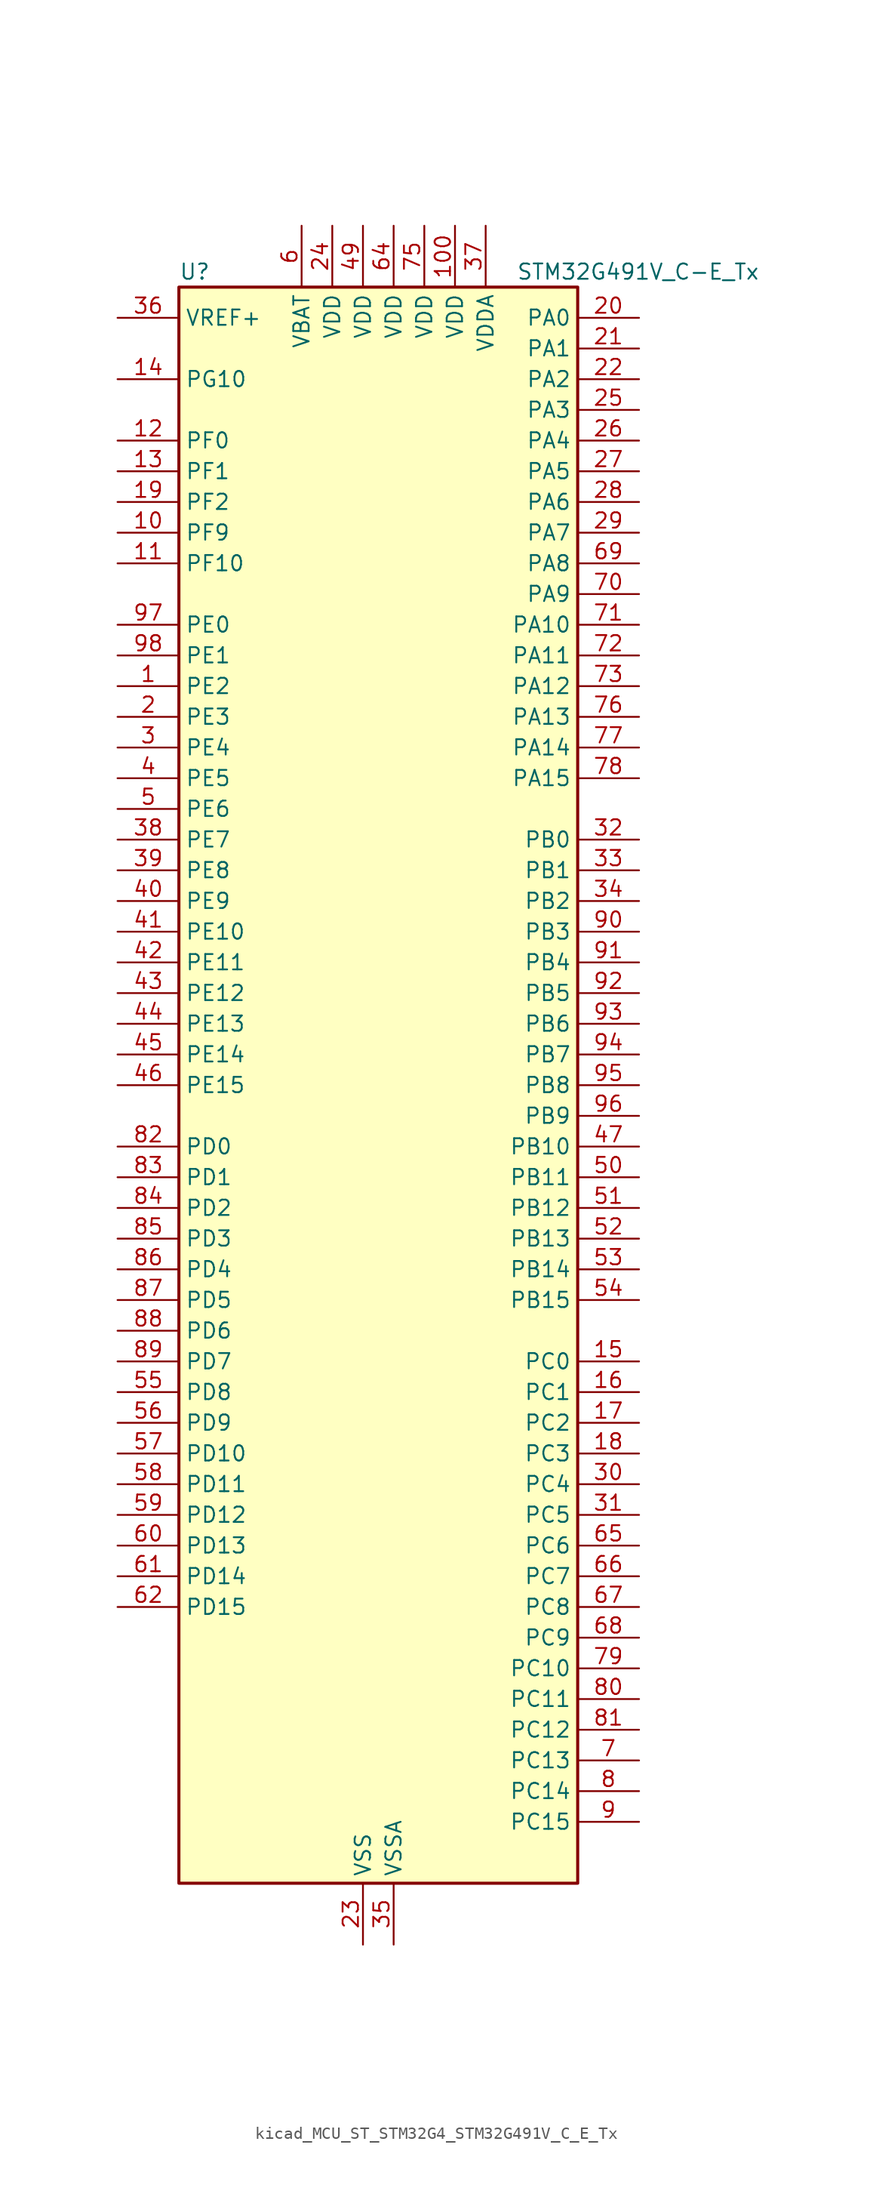
<source format=kicad_sym>
(kicad_symbol_lib
  (version 20220914)
  (generator kicad_symbol_editor)
  (symbol "kicad_MCU_ST_STM32G4_STM32G491V_C_E_Tx"
    (property "Reference" "U"
      (at -15.24 67.31 0)
      (effects (font (size 1.27 1.27)) (justify left)))
    (property "Value" "STM32G491V_C-E_Tx"
      (at 12.7 67.31 0)
      (effects (font (size 1.27 1.27)) (justify left)))
    (property "ki_locked" ""
      (at 0 0 0)
      (effects (font (size 1.27 1.27))))
    (symbol "kicad_MCU_ST_STM32G4_STM32G491V_C_E_Tx_0_1"
      (rectangle (start -15.24 -66.04) (end 17.78 66.04) (stroke (width 0.254) (type default)) (fill (type background))))
    (symbol "kicad_MCU_ST_STM32G4_STM32G491V_C_E_Tx_1_1"
      (pin bidirectional line (at -20.32 33.02 0) (length 5.08) (name "PE2" (effects (font (size 1.27 1.27)))) (number "1" (effects (font (size 1.27 1.27)))) (alternate "ADC3_EXTI2" bidirectional line) (alternate "SAI1_CK1" bidirectional line) (alternate "SAI1_MCLK_A" bidirectional line) (alternate "SYS_TRACECLK" bidirectional line) (alternate "TIM20_CH1" bidirectional line) (alternate "TIM3_CH1" bidirectional line))
      (pin bidirectional line (at -20.32 45.72 0) (length 5.08) (name "PF9" (effects (font (size 1.27 1.27)))) (number "10" (effects (font (size 1.27 1.27)))) (alternate "DAC1_EXTI9" bidirectional line) (alternate "DAC3_EXTI9" bidirectional line) (alternate "QUADSPI1_BK1_IO1" bidirectional line) (alternate "SAI1_FS_B" bidirectional line) (alternate "SPI2_SCK" bidirectional line) (alternate "TIM15_CH1" bidirectional line) (alternate "TIM20_BKIN" bidirectional line))
      (pin power_in line (at 7.62 71.12 270) (length 5.08) (name "VDD" (effects (font (size 1.27 1.27)))) (number "100" (effects (font (size 1.27 1.27)))))
      (pin bidirectional line (at -20.32 43.18 0) (length 5.08) (name "PF10" (effects (font (size 1.27 1.27)))) (number "11" (effects (font (size 1.27 1.27)))) (alternate "DAC1_EXTI10" bidirectional line) (alternate "DAC3_EXTI10" bidirectional line) (alternate "QUADSPI1_CLK" bidirectional line) (alternate "SAI1_D3" bidirectional line) (alternate "SPI2_SCK" bidirectional line) (alternate "TIM15_CH2" bidirectional line) (alternate "TIM20_BKIN2" bidirectional line))
      (pin bidirectional line (at -20.32 53.34 0) (length 5.08) (name "PF0" (effects (font (size 1.27 1.27)))) (number "12" (effects (font (size 1.27 1.27)))) (alternate "ADC1_IN10" bidirectional line) (alternate "I2C2_SDA" bidirectional line) (alternate "I2S2_WS" bidirectional line) (alternate "RCC_OSC_IN" bidirectional line) (alternate "SPI2_NSS" bidirectional line) (alternate "TIM1_CH3N" bidirectional line))
      (pin bidirectional line (at -20.32 50.8 0) (length 5.08) (name "PF1" (effects (font (size 1.27 1.27)))) (number "13" (effects (font (size 1.27 1.27)))) (alternate "ADC2_IN10" bidirectional line) (alternate "COMP3_INM" bidirectional line) (alternate "I2S2_CK" bidirectional line) (alternate "RCC_OSC_OUT" bidirectional line) (alternate "SPI2_SCK" bidirectional line))
      (pin bidirectional line (at -20.32 58.42 0) (length 5.08) (name "PG10" (effects (font (size 1.27 1.27)))) (number "14" (effects (font (size 1.27 1.27)))) (alternate "DAC1_EXTI10" bidirectional line) (alternate "DAC3_EXTI10" bidirectional line) (alternate "RCC_MCO" bidirectional line))
      (pin bidirectional line (at 22.86 -22.86 180) (length 5.08) (name "PC0" (effects (font (size 1.27 1.27)))) (number "15" (effects (font (size 1.27 1.27)))) (alternate "ADC1_IN6" bidirectional line) (alternate "ADC2_IN6" bidirectional line) (alternate "COMP3_INM" bidirectional line) (alternate "LPTIM1_IN1" bidirectional line) (alternate "LPUART1_RX" bidirectional line) (alternate "TIM1_CH1" bidirectional line))
      (pin bidirectional line (at 22.86 -25.4 180) (length 5.08) (name "PC1" (effects (font (size 1.27 1.27)))) (number "16" (effects (font (size 1.27 1.27)))) (alternate "ADC1_IN7" bidirectional line) (alternate "ADC2_IN7" bidirectional line) (alternate "COMP3_INP" bidirectional line) (alternate "LPTIM1_OUT" bidirectional line) (alternate "LPUART1_TX" bidirectional line) (alternate "QUADSPI1_BK2_IO0" bidirectional line) (alternate "SAI1_SD_A" bidirectional line) (alternate "TIM1_CH2" bidirectional line))
      (pin bidirectional line (at 22.86 -27.94 180) (length 5.08) (name "PC2" (effects (font (size 1.27 1.27)))) (number "17" (effects (font (size 1.27 1.27)))) (alternate "ADC1_IN8" bidirectional line) (alternate "ADC2_IN8" bidirectional line) (alternate "ADC3_EXTI2" bidirectional line) (alternate "COMP3_OUT" bidirectional line) (alternate "LPTIM1_IN2" bidirectional line) (alternate "QUADSPI1_BK2_IO1" bidirectional line) (alternate "TIM1_CH3" bidirectional line) (alternate "TIM20_CH2" bidirectional line))
      (pin bidirectional line (at 22.86 -30.48 180) (length 5.08) (name "PC3" (effects (font (size 1.27 1.27)))) (number "18" (effects (font (size 1.27 1.27)))) (alternate "ADC1_IN9" bidirectional line) (alternate "ADC2_IN9" bidirectional line) (alternate "ADC3_EXTI3" bidirectional line) (alternate "LPTIM1_ETR" bidirectional line) (alternate "QUADSPI1_BK2_IO2" bidirectional line) (alternate "SAI1_D1" bidirectional line) (alternate "SAI1_SD_A" bidirectional line) (alternate "TIM1_BKIN2" bidirectional line) (alternate "TIM1_CH4" bidirectional line))
      (pin bidirectional line (at -20.32 48.26 0) (length 5.08) (name "PF2" (effects (font (size 1.27 1.27)))) (number "19" (effects (font (size 1.27 1.27)))) (alternate "ADC3_EXTI2" bidirectional line) (alternate "I2C2_SMBA" bidirectional line) (alternate "TIM20_CH3" bidirectional line))
      (pin bidirectional line (at -20.32 30.48 0) (length 5.08) (name "PE3" (effects (font (size 1.27 1.27)))) (number "2" (effects (font (size 1.27 1.27)))) (alternate "ADC3_EXTI3" bidirectional line) (alternate "SAI1_SD_B" bidirectional line) (alternate "SYS_TRACED0" bidirectional line) (alternate "TIM20_CH2" bidirectional line) (alternate "TIM3_CH2" bidirectional line))
      (pin bidirectional line (at 22.86 63.5 180) (length 5.08) (name "PA0" (effects (font (size 1.27 1.27)))) (number "20" (effects (font (size 1.27 1.27)))) (alternate "ADC1_IN1" bidirectional line) (alternate "ADC2_IN1" bidirectional line) (alternate "COMP1_INM" bidirectional line) (alternate "COMP1_OUT" bidirectional line) (alternate "COMP3_INP" bidirectional line) (alternate "RTC_TAMP2" bidirectional line) (alternate "SYS_WKUP1" bidirectional line) (alternate "TIM2_CH1" bidirectional line) (alternate "TIM2_ETR" bidirectional line) (alternate "TIM8_BKIN" bidirectional line) (alternate "TIM8_ETR" bidirectional line) (alternate "USART2_CTS" bidirectional line) (alternate "USART2_NSS" bidirectional line))
      (pin bidirectional line (at 22.86 60.96 180) (length 5.08) (name "PA1" (effects (font (size 1.27 1.27)))) (number "21" (effects (font (size 1.27 1.27)))) (alternate "ADC1_IN2" bidirectional line) (alternate "ADC2_IN2" bidirectional line) (alternate "COMP1_INP" bidirectional line) (alternate "OPAMP1_VINP" bidirectional line) (alternate "OPAMP1_VINP_SEC" bidirectional line) (alternate "OPAMP3_VINP" bidirectional line) (alternate "OPAMP3_VINP_SEC" bidirectional line) (alternate "OPAMP6_VINM" bidirectional line) (alternate "OPAMP6_VINM0" bidirectional line) (alternate "OPAMP6_VINM_SEC" bidirectional line) (alternate "RTC_REFIN" bidirectional line) (alternate "TIM15_CH1N" bidirectional line) (alternate "TIM2_CH2" bidirectional line) (alternate "USART2_DE" bidirectional line) (alternate "USART2_RTS" bidirectional line))
      (pin bidirectional line (at 22.86 58.42 180) (length 5.08) (name "PA2" (effects (font (size 1.27 1.27)))) (number "22" (effects (font (size 1.27 1.27)))) (alternate "ADC1_IN3" bidirectional line) (alternate "ADC3_EXTI2" bidirectional line) (alternate "COMP2_INM" bidirectional line) (alternate "COMP2_OUT" bidirectional line) (alternate "LPUART1_TX" bidirectional line) (alternate "OPAMP1_VOUT" bidirectional line) (alternate "QUADSPI1_BK1_NCS" bidirectional line) (alternate "RCC_LSCO" bidirectional line) (alternate "SYS_WKUP4" bidirectional line) (alternate "TIM15_CH1" bidirectional line) (alternate "TIM2_CH3" bidirectional line) (alternate "UCPD1_FRSTX1" bidirectional line) (alternate "UCPD1_FRSTX2" bidirectional line) (alternate "USART2_TX" bidirectional line))
      (pin power_in line (at 0 -71.12 90) (length 5.08) (name "VSS" (effects (font (size 1.27 1.27)))) (number "23" (effects (font (size 1.27 1.27)))))
      (pin power_in line (at -2.54 71.12 270) (length 5.08) (name "VDD" (effects (font (size 1.27 1.27)))) (number "24" (effects (font (size 1.27 1.27)))))
      (pin bidirectional line (at 22.86 55.88 180) (length 5.08) (name "PA3" (effects (font (size 1.27 1.27)))) (number "25" (effects (font (size 1.27 1.27)))) (alternate "ADC1_IN4" bidirectional line) (alternate "ADC3_EXTI3" bidirectional line) (alternate "COMP2_INP" bidirectional line) (alternate "LPUART1_RX" bidirectional line) (alternate "OPAMP1_VINM" bidirectional line) (alternate "OPAMP1_VINM0" bidirectional line) (alternate "OPAMP1_VINM_SEC" bidirectional line) (alternate "OPAMP1_VINP" bidirectional line) (alternate "OPAMP1_VINP_SEC" bidirectional line) (alternate "QUADSPI1_CLK" bidirectional line) (alternate "SAI1_CK1" bidirectional line) (alternate "SAI1_MCLK_A" bidirectional line) (alternate "TIM15_CH2" bidirectional line) (alternate "TIM2_CH4" bidirectional line) (alternate "USART2_RX" bidirectional line))
      (pin bidirectional line (at 22.86 53.34 180) (length 5.08) (name "PA4" (effects (font (size 1.27 1.27)))) (number "26" (effects (font (size 1.27 1.27)))) (alternate "ADC2_IN17" bidirectional line) (alternate "COMP1_INM" bidirectional line) (alternate "DAC1_OUT1" bidirectional line) (alternate "I2S3_WS" bidirectional line) (alternate "SAI1_FS_B" bidirectional line) (alternate "SPI1_NSS" bidirectional line) (alternate "SPI3_NSS" bidirectional line) (alternate "TIM3_CH2" bidirectional line) (alternate "USART2_CK" bidirectional line))
      (pin bidirectional line (at 22.86 50.8 180) (length 5.08) (name "PA5" (effects (font (size 1.27 1.27)))) (number "27" (effects (font (size 1.27 1.27)))) (alternate "ADC2_IN13" bidirectional line) (alternate "COMP2_INM" bidirectional line) (alternate "DAC1_OUT2" bidirectional line) (alternate "OPAMP2_VINM" bidirectional line) (alternate "OPAMP2_VINM0" bidirectional line) (alternate "OPAMP2_VINM_SEC" bidirectional line) (alternate "SPI1_SCK" bidirectional line) (alternate "TIM2_CH1" bidirectional line) (alternate "TIM2_ETR" bidirectional line) (alternate "UCPD1_FRSTX1" bidirectional line) (alternate "UCPD1_FRSTX2" bidirectional line))
      (pin bidirectional line (at 22.86 48.26 180) (length 5.08) (name "PA6" (effects (font (size 1.27 1.27)))) (number "28" (effects (font (size 1.27 1.27)))) (alternate "ADC2_IN3" bidirectional line) (alternate "COMP1_OUT" bidirectional line) (alternate "LPUART1_CTS" bidirectional line) (alternate "OPAMP2_VOUT" bidirectional line) (alternate "QUADSPI1_BK1_IO3" bidirectional line) (alternate "SPI1_MISO" bidirectional line) (alternate "TIM16_CH1" bidirectional line) (alternate "TIM1_BKIN" bidirectional line) (alternate "TIM3_CH1" bidirectional line) (alternate "TIM8_BKIN" bidirectional line))
      (pin bidirectional line (at 22.86 45.72 180) (length 5.08) (name "PA7" (effects (font (size 1.27 1.27)))) (number "29" (effects (font (size 1.27 1.27)))) (alternate "ADC2_IN4" bidirectional line) (alternate "COMP2_INP" bidirectional line) (alternate "COMP2_OUT" bidirectional line) (alternate "OPAMP1_VINP" bidirectional line) (alternate "OPAMP1_VINP_SEC" bidirectional line) (alternate "OPAMP2_VINP" bidirectional line) (alternate "OPAMP2_VINP_SEC" bidirectional line) (alternate "QUADSPI1_BK1_IO2" bidirectional line) (alternate "SPI1_MOSI" bidirectional line) (alternate "TIM17_CH1" bidirectional line) (alternate "TIM1_CH1N" bidirectional line) (alternate "TIM3_CH2" bidirectional line) (alternate "TIM8_CH1N" bidirectional line) (alternate "UCPD1_FRSTX1" bidirectional line) (alternate "UCPD1_FRSTX2" bidirectional line))
      (pin bidirectional line (at -20.32 27.94 0) (length 5.08) (name "PE4" (effects (font (size 1.27 1.27)))) (number "3" (effects (font (size 1.27 1.27)))) (alternate "SAI1_D2" bidirectional line) (alternate "SAI1_FS_A" bidirectional line) (alternate "SYS_TRACED1" bidirectional line) (alternate "TIM20_CH1N" bidirectional line) (alternate "TIM3_CH3" bidirectional line))
      (pin bidirectional line (at 22.86 -33.02 180) (length 5.08) (name "PC4" (effects (font (size 1.27 1.27)))) (number "30" (effects (font (size 1.27 1.27)))) (alternate "ADC2_IN5" bidirectional line) (alternate "I2C2_SCL" bidirectional line) (alternate "QUADSPI1_BK2_IO3" bidirectional line) (alternate "TIM1_ETR" bidirectional line) (alternate "USART1_TX" bidirectional line))
      (pin bidirectional line (at 22.86 -35.56 180) (length 5.08) (name "PC5" (effects (font (size 1.27 1.27)))) (number "31" (effects (font (size 1.27 1.27)))) (alternate "ADC2_IN11" bidirectional line) (alternate "OPAMP1_VINM" bidirectional line) (alternate "OPAMP1_VINM1" bidirectional line) (alternate "OPAMP1_VINM_SEC" bidirectional line) (alternate "OPAMP2_VINM" bidirectional line) (alternate "OPAMP2_VINM1" bidirectional line) (alternate "OPAMP2_VINM_SEC" bidirectional line) (alternate "SAI1_D3" bidirectional line) (alternate "SYS_WKUP5" bidirectional line) (alternate "TIM15_BKIN" bidirectional line) (alternate "TIM1_CH4N" bidirectional line) (alternate "USART1_RX" bidirectional line))
      (pin bidirectional line (at 22.86 20.32 180) (length 5.08) (name "PB0" (effects (font (size 1.27 1.27)))) (number "32" (effects (font (size 1.27 1.27)))) (alternate "ADC1_IN15" bidirectional line) (alternate "ADC3_IN12" bidirectional line) (alternate "COMP4_INP" bidirectional line) (alternate "OPAMP2_VINP" bidirectional line) (alternate "OPAMP2_VINP_SEC" bidirectional line) (alternate "OPAMP3_VINP" bidirectional line) (alternate "OPAMP3_VINP_SEC" bidirectional line) (alternate "QUADSPI1_BK1_IO1" bidirectional line) (alternate "TIM1_CH2N" bidirectional line) (alternate "TIM3_CH3" bidirectional line) (alternate "TIM8_CH2N" bidirectional line) (alternate "UCPD1_FRSTX1" bidirectional line) (alternate "UCPD1_FRSTX2" bidirectional line))
      (pin bidirectional line (at 22.86 17.78 180) (length 5.08) (name "PB1" (effects (font (size 1.27 1.27)))) (number "33" (effects (font (size 1.27 1.27)))) (alternate "ADC1_IN12" bidirectional line) (alternate "ADC3_IN1" bidirectional line) (alternate "COMP1_INP" bidirectional line) (alternate "COMP4_OUT" bidirectional line) (alternate "LPUART1_DE" bidirectional line) (alternate "LPUART1_RTS" bidirectional line) (alternate "OPAMP3_VOUT" bidirectional line) (alternate "OPAMP6_VINM" bidirectional line) (alternate "OPAMP6_VINM1" bidirectional line) (alternate "OPAMP6_VINM_SEC" bidirectional line) (alternate "QUADSPI1_BK1_IO0" bidirectional line) (alternate "TIM1_CH3N" bidirectional line) (alternate "TIM3_CH4" bidirectional line) (alternate "TIM8_CH3N" bidirectional line))
      (pin bidirectional line (at 22.86 15.24 180) (length 5.08) (name "PB2" (effects (font (size 1.27 1.27)))) (number "34" (effects (font (size 1.27 1.27)))) (alternate "ADC2_IN12" bidirectional line) (alternate "ADC3_EXTI2" bidirectional line) (alternate "COMP4_INM" bidirectional line) (alternate "I2C3_SMBA" bidirectional line) (alternate "LPTIM1_OUT" bidirectional line) (alternate "OPAMP3_VINM" bidirectional line) (alternate "OPAMP3_VINM0" bidirectional line) (alternate "OPAMP3_VINM_SEC" bidirectional line) (alternate "QUADSPI1_BK2_IO1" bidirectional line) (alternate "RTC_OUT2" bidirectional line) (alternate "TIM20_CH1" bidirectional line))
      (pin power_in line (at 2.54 -71.12 90) (length 5.08) (name "VSSA" (effects (font (size 1.27 1.27)))) (number "35" (effects (font (size 1.27 1.27)))))
      (pin input line (at -20.32 63.5 0) (length 5.08) (name "VREF+" (effects (font (size 1.27 1.27)))) (number "36" (effects (font (size 1.27 1.27)))) (alternate "VREFBUF_OUT" bidirectional line))
      (pin power_in line (at 10.16 71.12 270) (length 5.08) (name "VDDA" (effects (font (size 1.27 1.27)))) (number "37" (effects (font (size 1.27 1.27)))))
      (pin bidirectional line (at -20.32 20.32 0) (length 5.08) (name "PE7" (effects (font (size 1.27 1.27)))) (number "38" (effects (font (size 1.27 1.27)))) (alternate "ADC3_IN4" bidirectional line) (alternate "COMP4_INP" bidirectional line) (alternate "SAI1_SD_B" bidirectional line) (alternate "TIM1_ETR" bidirectional line))
      (pin bidirectional line (at -20.32 17.78 0) (length 5.08) (name "PE8" (effects (font (size 1.27 1.27)))) (number "39" (effects (font (size 1.27 1.27)))) (alternate "ADC3_IN6" bidirectional line) (alternate "COMP4_INM" bidirectional line) (alternate "SAI1_SCK_B" bidirectional line) (alternate "TIM1_CH1N" bidirectional line))
      (pin bidirectional line (at -20.32 25.4 0) (length 5.08) (name "PE5" (effects (font (size 1.27 1.27)))) (number "4" (effects (font (size 1.27 1.27)))) (alternate "SAI1_CK2" bidirectional line) (alternate "SAI1_SCK_A" bidirectional line) (alternate "SYS_TRACED2" bidirectional line) (alternate "TIM20_CH2N" bidirectional line) (alternate "TIM3_CH4" bidirectional line))
      (pin bidirectional line (at -20.32 15.24 0) (length 5.08) (name "PE9" (effects (font (size 1.27 1.27)))) (number "40" (effects (font (size 1.27 1.27)))) (alternate "ADC3_IN2" bidirectional line) (alternate "DAC1_EXTI9" bidirectional line) (alternate "DAC3_EXTI9" bidirectional line) (alternate "SAI1_FS_B" bidirectional line) (alternate "TIM1_CH1" bidirectional line))
      (pin bidirectional line (at -20.32 12.7 0) (length 5.08) (name "PE10" (effects (font (size 1.27 1.27)))) (number "41" (effects (font (size 1.27 1.27)))) (alternate "ADC3_IN14" bidirectional line) (alternate "DAC1_EXTI10" bidirectional line) (alternate "DAC3_EXTI10" bidirectional line) (alternate "QUADSPI1_CLK" bidirectional line) (alternate "SAI1_MCLK_B" bidirectional line) (alternate "TIM1_CH2N" bidirectional line))
      (pin bidirectional line (at -20.32 10.16 0) (length 5.08) (name "PE11" (effects (font (size 1.27 1.27)))) (number "42" (effects (font (size 1.27 1.27)))) (alternate "ADC1_EXTI11" bidirectional line) (alternate "ADC2_EXTI11" bidirectional line) (alternate "ADC3_IN15" bidirectional line) (alternate "QUADSPI1_BK1_NCS" bidirectional line) (alternate "TIM1_CH2" bidirectional line))
      (pin bidirectional line (at -20.32 7.62 0) (length 5.08) (name "PE12" (effects (font (size 1.27 1.27)))) (number "43" (effects (font (size 1.27 1.27)))) (alternate "ADC3_IN16" bidirectional line) (alternate "QUADSPI1_BK1_IO0" bidirectional line) (alternate "TIM1_CH3N" bidirectional line))
      (pin bidirectional line (at -20.32 5.08 0) (length 5.08) (name "PE13" (effects (font (size 1.27 1.27)))) (number "44" (effects (font (size 1.27 1.27)))) (alternate "ADC3_IN3" bidirectional line) (alternate "QUADSPI1_BK1_IO1" bidirectional line) (alternate "TIM1_CH3" bidirectional line))
      (pin bidirectional line (at -20.32 2.54 0) (length 5.08) (name "PE14" (effects (font (size 1.27 1.27)))) (number "45" (effects (font (size 1.27 1.27)))) (alternate "QUADSPI1_BK1_IO2" bidirectional line) (alternate "TIM1_BKIN2" bidirectional line) (alternate "TIM1_CH4" bidirectional line))
      (pin bidirectional line (at -20.32 0 0) (length 5.08) (name "PE15" (effects (font (size 1.27 1.27)))) (number "46" (effects (font (size 1.27 1.27)))) (alternate "ADC1_EXTI15" bidirectional line) (alternate "ADC2_EXTI15" bidirectional line) (alternate "QUADSPI1_BK1_IO3" bidirectional line) (alternate "TIM1_BKIN" bidirectional line) (alternate "TIM1_CH4N" bidirectional line) (alternate "USART3_RX" bidirectional line))
      (pin bidirectional line (at 22.86 -5.08 180) (length 5.08) (name "PB10" (effects (font (size 1.27 1.27)))) (number "47" (effects (font (size 1.27 1.27)))) (alternate "DAC1_EXTI10" bidirectional line) (alternate "DAC3_EXTI10" bidirectional line) (alternate "LPUART1_RX" bidirectional line) (alternate "OPAMP3_VINM" bidirectional line) (alternate "OPAMP3_VINM1" bidirectional line) (alternate "OPAMP3_VINM_SEC" bidirectional line) (alternate "QUADSPI1_CLK" bidirectional line) (alternate "SAI1_SCK_A" bidirectional line) (alternate "TIM1_BKIN" bidirectional line) (alternate "TIM2_CH3" bidirectional line) (alternate "USART3_TX" bidirectional line))
      (pin passive line (at 0 -71.12 90) (length 5.08) hide (name "VSS" (effects (font (size 1.27 1.27)))) (number "48" (effects (font (size 1.27 1.27)))))
      (pin power_in line (at 0 71.12 270) (length 5.08) (name "VDD" (effects (font (size 1.27 1.27)))) (number "49" (effects (font (size 1.27 1.27)))))
      (pin bidirectional line (at -20.32 22.86 0) (length 5.08) (name "PE6" (effects (font (size 1.27 1.27)))) (number "5" (effects (font (size 1.27 1.27)))) (alternate "RTC_TAMP3" bidirectional line) (alternate "SAI1_D1" bidirectional line) (alternate "SAI1_SD_A" bidirectional line) (alternate "SYS_TRACED3" bidirectional line) (alternate "SYS_WKUP3" bidirectional line) (alternate "TIM20_CH3N" bidirectional line))
      (pin bidirectional line (at 22.86 -7.62 180) (length 5.08) (name "PB11" (effects (font (size 1.27 1.27)))) (number "50" (effects (font (size 1.27 1.27)))) (alternate "ADC1_EXTI11" bidirectional line) (alternate "ADC1_IN14" bidirectional line) (alternate "ADC2_EXTI11" bidirectional line) (alternate "ADC2_IN14" bidirectional line) (alternate "LPUART1_TX" bidirectional line) (alternate "OPAMP6_VOUT" bidirectional line) (alternate "QUADSPI1_BK1_NCS" bidirectional line) (alternate "TIM2_CH4" bidirectional line) (alternate "USART3_RX" bidirectional line))
      (pin bidirectional line (at 22.86 -10.16 180) (length 5.08) (name "PB12" (effects (font (size 1.27 1.27)))) (number "51" (effects (font (size 1.27 1.27)))) (alternate "ADC1_IN11" bidirectional line) (alternate "FDCAN2_RX" bidirectional line) (alternate "I2C2_SMBA" bidirectional line) (alternate "I2S2_WS" bidirectional line) (alternate "LPUART1_DE" bidirectional line) (alternate "LPUART1_RTS" bidirectional line) (alternate "OPAMP6_VINP" bidirectional line) (alternate "OPAMP6_VINP_SEC" bidirectional line) (alternate "SPI2_NSS" bidirectional line) (alternate "TIM1_BKIN" bidirectional line) (alternate "USART3_CK" bidirectional line))
      (pin bidirectional line (at 22.86 -12.7 180) (length 5.08) (name "PB13" (effects (font (size 1.27 1.27)))) (number "52" (effects (font (size 1.27 1.27)))) (alternate "ADC3_IN5" bidirectional line) (alternate "FDCAN2_TX" bidirectional line) (alternate "I2S2_CK" bidirectional line) (alternate "LPUART1_CTS" bidirectional line) (alternate "OPAMP3_VINP" bidirectional line) (alternate "OPAMP3_VINP_SEC" bidirectional line) (alternate "OPAMP6_VINP" bidirectional line) (alternate "OPAMP6_VINP_SEC" bidirectional line) (alternate "SPI2_SCK" bidirectional line) (alternate "TIM1_CH1N" bidirectional line) (alternate "USART3_CTS" bidirectional line) (alternate "USART3_NSS" bidirectional line))
      (pin bidirectional line (at 22.86 -15.24 180) (length 5.08) (name "PB14" (effects (font (size 1.27 1.27)))) (number "53" (effects (font (size 1.27 1.27)))) (alternate "ADC1_IN5" bidirectional line) (alternate "COMP4_OUT" bidirectional line) (alternate "OPAMP2_VINP" bidirectional line) (alternate "OPAMP2_VINP_SEC" bidirectional line) (alternate "SPI2_MISO" bidirectional line) (alternate "TIM15_CH1" bidirectional line) (alternate "TIM1_CH2N" bidirectional line) (alternate "USART3_DE" bidirectional line) (alternate "USART3_RTS" bidirectional line))
      (pin bidirectional line (at 22.86 -17.78 180) (length 5.08) (name "PB15" (effects (font (size 1.27 1.27)))) (number "54" (effects (font (size 1.27 1.27)))) (alternate "ADC1_EXTI15" bidirectional line) (alternate "ADC2_EXTI15" bidirectional line) (alternate "ADC2_IN15" bidirectional line) (alternate "COMP3_OUT" bidirectional line) (alternate "I2S2_SD" bidirectional line) (alternate "RTC_REFIN" bidirectional line) (alternate "SPI2_MOSI" bidirectional line) (alternate "TIM15_CH1N" bidirectional line) (alternate "TIM15_CH2" bidirectional line) (alternate "TIM1_CH3N" bidirectional line))
      (pin bidirectional line (at -20.32 -25.4 0) (length 5.08) (name "PD8" (effects (font (size 1.27 1.27)))) (number "55" (effects (font (size 1.27 1.27)))) (alternate "USART3_TX" bidirectional line))
      (pin bidirectional line (at -20.32 -27.94 0) (length 5.08) (name "PD9" (effects (font (size 1.27 1.27)))) (number "56" (effects (font (size 1.27 1.27)))) (alternate "DAC1_EXTI9" bidirectional line) (alternate "DAC3_EXTI9" bidirectional line) (alternate "OPAMP6_VINP" bidirectional line) (alternate "OPAMP6_VINP_SEC" bidirectional line) (alternate "USART3_RX" bidirectional line))
      (pin bidirectional line (at -20.32 -30.48 0) (length 5.08) (name "PD10" (effects (font (size 1.27 1.27)))) (number "57" (effects (font (size 1.27 1.27)))) (alternate "ADC3_IN7" bidirectional line) (alternate "DAC1_EXTI10" bidirectional line) (alternate "DAC3_EXTI10" bidirectional line) (alternate "USART3_CK" bidirectional line))
      (pin bidirectional line (at -20.32 -33.02 0) (length 5.08) (name "PD11" (effects (font (size 1.27 1.27)))) (number "58" (effects (font (size 1.27 1.27)))) (alternate "ADC1_EXTI11" bidirectional line) (alternate "ADC2_EXTI11" bidirectional line) (alternate "ADC3_IN8" bidirectional line) (alternate "USART3_CTS" bidirectional line) (alternate "USART3_NSS" bidirectional line))
      (pin bidirectional line (at -20.32 -35.56 0) (length 5.08) (name "PD12" (effects (font (size 1.27 1.27)))) (number "59" (effects (font (size 1.27 1.27)))) (alternate "ADC3_IN9" bidirectional line) (alternate "TIM4_CH1" bidirectional line) (alternate "USART3_DE" bidirectional line) (alternate "USART3_RTS" bidirectional line))
      (pin power_in line (at -5.08 71.12 270) (length 5.08) (name "VBAT" (effects (font (size 1.27 1.27)))) (number "6" (effects (font (size 1.27 1.27)))))
      (pin bidirectional line (at -20.32 -38.1 0) (length 5.08) (name "PD13" (effects (font (size 1.27 1.27)))) (number "60" (effects (font (size 1.27 1.27)))) (alternate "ADC3_IN10" bidirectional line) (alternate "TIM4_CH2" bidirectional line))
      (pin bidirectional line (at -20.32 -40.64 0) (length 5.08) (name "PD14" (effects (font (size 1.27 1.27)))) (number "61" (effects (font (size 1.27 1.27)))) (alternate "ADC3_IN11" bidirectional line) (alternate "OPAMP2_VINP" bidirectional line) (alternate "OPAMP2_VINP_SEC" bidirectional line) (alternate "TIM4_CH3" bidirectional line))
      (pin bidirectional line (at -20.32 -43.18 0) (length 5.08) (name "PD15" (effects (font (size 1.27 1.27)))) (number "62" (effects (font (size 1.27 1.27)))) (alternate "ADC1_EXTI15" bidirectional line) (alternate "ADC2_EXTI15" bidirectional line) (alternate "SPI2_NSS" bidirectional line) (alternate "TIM4_CH4" bidirectional line))
      (pin passive line (at 0 -71.12 90) (length 5.08) hide (name "VSS" (effects (font (size 1.27 1.27)))) (number "63" (effects (font (size 1.27 1.27)))))
      (pin power_in line (at 2.54 71.12 270) (length 5.08) (name "VDD" (effects (font (size 1.27 1.27)))) (number "64" (effects (font (size 1.27 1.27)))))
      (pin bidirectional line (at 22.86 -38.1 180) (length 5.08) (name "PC6" (effects (font (size 1.27 1.27)))) (number "65" (effects (font (size 1.27 1.27)))) (alternate "I2S2_MCK" bidirectional line) (alternate "TIM3_CH1" bidirectional line) (alternate "TIM8_CH1" bidirectional line))
      (pin bidirectional line (at 22.86 -40.64 180) (length 5.08) (name "PC7" (effects (font (size 1.27 1.27)))) (number "66" (effects (font (size 1.27 1.27)))) (alternate "I2S3_MCK" bidirectional line) (alternate "TIM3_CH2" bidirectional line) (alternate "TIM8_CH2" bidirectional line))
      (pin bidirectional line (at 22.86 -43.18 180) (length 5.08) (name "PC8" (effects (font (size 1.27 1.27)))) (number "67" (effects (font (size 1.27 1.27)))) (alternate "I2C3_SCL" bidirectional line) (alternate "TIM20_CH3" bidirectional line) (alternate "TIM3_CH3" bidirectional line) (alternate "TIM8_CH3" bidirectional line))
      (pin bidirectional line (at 22.86 -45.72 180) (length 5.08) (name "PC9" (effects (font (size 1.27 1.27)))) (number "68" (effects (font (size 1.27 1.27)))) (alternate "DAC1_EXTI9" bidirectional line) (alternate "DAC3_EXTI9" bidirectional line) (alternate "I2C3_SDA" bidirectional line) (alternate "I2S_CKIN" bidirectional line) (alternate "TIM3_CH4" bidirectional line) (alternate "TIM8_BKIN2" bidirectional line) (alternate "TIM8_CH4" bidirectional line))
      (pin bidirectional line (at 22.86 43.18 180) (length 5.08) (name "PA8" (effects (font (size 1.27 1.27)))) (number "69" (effects (font (size 1.27 1.27)))) (alternate "I2C2_SDA" bidirectional line) (alternate "I2C3_SCL" bidirectional line) (alternate "I2S2_MCK" bidirectional line) (alternate "RCC_MCO" bidirectional line) (alternate "SAI1_CK2" bidirectional line) (alternate "SAI1_SCK_A" bidirectional line) (alternate "TIM1_CH1" bidirectional line) (alternate "TIM4_ETR" bidirectional line) (alternate "USART1_CK" bidirectional line))
      (pin bidirectional line (at 22.86 -55.88 180) (length 5.08) (name "PC13" (effects (font (size 1.27 1.27)))) (number "7" (effects (font (size 1.27 1.27)))) (alternate "RTC_OUT1" bidirectional line) (alternate "RTC_TAMP1" bidirectional line) (alternate "RTC_TS" bidirectional line) (alternate "SYS_WKUP2" bidirectional line) (alternate "TIM1_BKIN" bidirectional line) (alternate "TIM1_CH1N" bidirectional line) (alternate "TIM8_CH4N" bidirectional line))
      (pin bidirectional line (at 22.86 40.64 180) (length 5.08) (name "PA9" (effects (font (size 1.27 1.27)))) (number "70" (effects (font (size 1.27 1.27)))) (alternate "DAC1_EXTI9" bidirectional line) (alternate "DAC3_EXTI9" bidirectional line) (alternate "I2C2_SCL" bidirectional line) (alternate "I2C3_SMBA" bidirectional line) (alternate "I2S3_MCK" bidirectional line) (alternate "SAI1_FS_A" bidirectional line) (alternate "TIM15_BKIN" bidirectional line) (alternate "TIM1_CH2" bidirectional line) (alternate "TIM2_CH3" bidirectional line) (alternate "UCPD1_DBCC1" bidirectional line) (alternate "USART1_TX" bidirectional line))
      (pin bidirectional line (at 22.86 38.1 180) (length 5.08) (name "PA10" (effects (font (size 1.27 1.27)))) (number "71" (effects (font (size 1.27 1.27)))) (alternate "CRS_SYNC" bidirectional line) (alternate "DAC1_EXTI10" bidirectional line) (alternate "DAC3_EXTI10" bidirectional line) (alternate "I2C2_SMBA" bidirectional line) (alternate "SAI1_D1" bidirectional line) (alternate "SAI1_SD_A" bidirectional line) (alternate "SPI2_MISO" bidirectional line) (alternate "TIM17_BKIN" bidirectional line) (alternate "TIM1_CH3" bidirectional line) (alternate "TIM2_CH4" bidirectional line) (alternate "TIM8_BKIN" bidirectional line) (alternate "UCPD1_DBCC2" bidirectional line) (alternate "USART1_RX" bidirectional line))
      (pin bidirectional line (at 22.86 35.56 180) (length 5.08) (name "PA11" (effects (font (size 1.27 1.27)))) (number "72" (effects (font (size 1.27 1.27)))) (alternate "ADC1_EXTI11" bidirectional line) (alternate "ADC2_EXTI11" bidirectional line) (alternate "COMP1_OUT" bidirectional line) (alternate "FDCAN1_RX" bidirectional line) (alternate "I2S2_SD" bidirectional line) (alternate "SPI2_MOSI" bidirectional line) (alternate "TIM1_BKIN2" bidirectional line) (alternate "TIM1_CH1N" bidirectional line) (alternate "TIM1_CH4" bidirectional line) (alternate "TIM4_CH1" bidirectional line) (alternate "USART1_CTS" bidirectional line) (alternate "USART1_NSS" bidirectional line) (alternate "USB_DM" bidirectional line))
      (pin bidirectional line (at 22.86 33.02 180) (length 5.08) (name "PA12" (effects (font (size 1.27 1.27)))) (number "73" (effects (font (size 1.27 1.27)))) (alternate "COMP2_OUT" bidirectional line) (alternate "FDCAN1_TX" bidirectional line) (alternate "I2S_CKIN" bidirectional line) (alternate "TIM16_CH1" bidirectional line) (alternate "TIM1_CH2N" bidirectional line) (alternate "TIM1_ETR" bidirectional line) (alternate "TIM4_CH2" bidirectional line) (alternate "USART1_DE" bidirectional line) (alternate "USART1_RTS" bidirectional line) (alternate "USB_DP" bidirectional line))
      (pin passive line (at 0 -71.12 90) (length 5.08) hide (name "VSS" (effects (font (size 1.27 1.27)))) (number "74" (effects (font (size 1.27 1.27)))))
      (pin power_in line (at 5.08 71.12 270) (length 5.08) (name "VDD" (effects (font (size 1.27 1.27)))) (number "75" (effects (font (size 1.27 1.27)))))
      (pin bidirectional line (at 22.86 30.48 180) (length 5.08) (name "PA13" (effects (font (size 1.27 1.27)))) (number "76" (effects (font (size 1.27 1.27)))) (alternate "I2C1_SCL" bidirectional line) (alternate "IR_OUT" bidirectional line) (alternate "SAI1_SD_B" bidirectional line) (alternate "SYS_JTMS-SWDIO" bidirectional line) (alternate "TIM16_CH1N" bidirectional line) (alternate "TIM4_CH3" bidirectional line) (alternate "USART3_CTS" bidirectional line) (alternate "USART3_NSS" bidirectional line))
      (pin bidirectional line (at 22.86 27.94 180) (length 5.08) (name "PA14" (effects (font (size 1.27 1.27)))) (number "77" (effects (font (size 1.27 1.27)))) (alternate "I2C1_SDA" bidirectional line) (alternate "LPTIM1_OUT" bidirectional line) (alternate "SAI1_FS_B" bidirectional line) (alternate "SYS_JTCK-SWCLK" bidirectional line) (alternate "TIM1_BKIN" bidirectional line) (alternate "TIM8_CH2" bidirectional line) (alternate "USART2_TX" bidirectional line))
      (pin bidirectional line (at 22.86 25.4 180) (length 5.08) (name "PA15" (effects (font (size 1.27 1.27)))) (number "78" (effects (font (size 1.27 1.27)))) (alternate "ADC1_EXTI15" bidirectional line) (alternate "ADC2_EXTI15" bidirectional line) (alternate "I2C1_SCL" bidirectional line) (alternate "I2S3_WS" bidirectional line) (alternate "SPI1_NSS" bidirectional line) (alternate "SPI3_NSS" bidirectional line) (alternate "SYS_JTDI" bidirectional line) (alternate "TIM1_BKIN" bidirectional line) (alternate "TIM20_ETR" bidirectional line) (alternate "TIM2_CH1" bidirectional line) (alternate "TIM2_ETR" bidirectional line) (alternate "TIM8_CH1" bidirectional line) (alternate "UART4_DE" bidirectional line) (alternate "UART4_RTS" bidirectional line) (alternate "USART2_RX" bidirectional line))
      (pin bidirectional line (at 22.86 -48.26 180) (length 5.08) (name "PC10" (effects (font (size 1.27 1.27)))) (number "79" (effects (font (size 1.27 1.27)))) (alternate "DAC1_EXTI10" bidirectional line) (alternate "DAC3_EXTI10" bidirectional line) (alternate "I2S3_CK" bidirectional line) (alternate "SPI3_SCK" bidirectional line) (alternate "TIM8_CH1N" bidirectional line) (alternate "UART4_TX" bidirectional line) (alternate "USART3_TX" bidirectional line))
      (pin bidirectional line (at 22.86 -58.42 180) (length 5.08) (name "PC14" (effects (font (size 1.27 1.27)))) (number "8" (effects (font (size 1.27 1.27)))) (alternate "RCC_OSC32_IN" bidirectional line))
      (pin bidirectional line (at 22.86 -50.8 180) (length 5.08) (name "PC11" (effects (font (size 1.27 1.27)))) (number "80" (effects (font (size 1.27 1.27)))) (alternate "ADC1_EXTI11" bidirectional line) (alternate "ADC2_EXTI11" bidirectional line) (alternate "I2C3_SDA" bidirectional line) (alternate "SPI3_MISO" bidirectional line) (alternate "TIM8_CH2N" bidirectional line) (alternate "UART4_RX" bidirectional line) (alternate "USART3_RX" bidirectional line))
      (pin bidirectional line (at 22.86 -53.34 180) (length 5.08) (name "PC12" (effects (font (size 1.27 1.27)))) (number "81" (effects (font (size 1.27 1.27)))) (alternate "I2S3_SD" bidirectional line) (alternate "SPI3_MOSI" bidirectional line) (alternate "TIM8_CH3N" bidirectional line) (alternate "UART5_TX" bidirectional line) (alternate "UCPD1_FRSTX1" bidirectional line) (alternate "UCPD1_FRSTX2" bidirectional line) (alternate "USART3_CK" bidirectional line))
      (pin bidirectional line (at -20.32 -5.08 0) (length 5.08) (name "PD0" (effects (font (size 1.27 1.27)))) (number "82" (effects (font (size 1.27 1.27)))) (alternate "FDCAN1_RX" bidirectional line) (alternate "TIM8_CH4N" bidirectional line))
      (pin bidirectional line (at -20.32 -7.62 0) (length 5.08) (name "PD1" (effects (font (size 1.27 1.27)))) (number "83" (effects (font (size 1.27 1.27)))) (alternate "FDCAN1_TX" bidirectional line) (alternate "TIM8_BKIN2" bidirectional line) (alternate "TIM8_CH4" bidirectional line))
      (pin bidirectional line (at -20.32 -10.16 0) (length 5.08) (name "PD2" (effects (font (size 1.27 1.27)))) (number "84" (effects (font (size 1.27 1.27)))) (alternate "ADC3_EXTI2" bidirectional line) (alternate "TIM3_ETR" bidirectional line) (alternate "TIM8_BKIN" bidirectional line) (alternate "UART5_RX" bidirectional line))
      (pin bidirectional line (at -20.32 -12.7 0) (length 5.08) (name "PD3" (effects (font (size 1.27 1.27)))) (number "85" (effects (font (size 1.27 1.27)))) (alternate "ADC3_EXTI3" bidirectional line) (alternate "QUADSPI1_BK2_NCS" bidirectional line) (alternate "TIM2_CH1" bidirectional line) (alternate "TIM2_ETR" bidirectional line) (alternate "USART2_CTS" bidirectional line) (alternate "USART2_NSS" bidirectional line))
      (pin bidirectional line (at -20.32 -15.24 0) (length 5.08) (name "PD4" (effects (font (size 1.27 1.27)))) (number "86" (effects (font (size 1.27 1.27)))) (alternate "QUADSPI1_BK2_IO0" bidirectional line) (alternate "TIM2_CH2" bidirectional line) (alternate "USART2_DE" bidirectional line) (alternate "USART2_RTS" bidirectional line))
      (pin bidirectional line (at -20.32 -17.78 0) (length 5.08) (name "PD5" (effects (font (size 1.27 1.27)))) (number "87" (effects (font (size 1.27 1.27)))) (alternate "QUADSPI1_BK2_IO1" bidirectional line) (alternate "USART2_TX" bidirectional line))
      (pin bidirectional line (at -20.32 -20.32 0) (length 5.08) (name "PD6" (effects (font (size 1.27 1.27)))) (number "88" (effects (font (size 1.27 1.27)))) (alternate "QUADSPI1_BK2_IO2" bidirectional line) (alternate "SAI1_D1" bidirectional line) (alternate "SAI1_SD_A" bidirectional line) (alternate "TIM2_CH4" bidirectional line) (alternate "USART2_RX" bidirectional line))
      (pin bidirectional line (at -20.32 -22.86 0) (length 5.08) (name "PD7" (effects (font (size 1.27 1.27)))) (number "89" (effects (font (size 1.27 1.27)))) (alternate "QUADSPI1_BK2_IO3" bidirectional line) (alternate "TIM2_CH3" bidirectional line) (alternate "USART2_CK" bidirectional line))
      (pin bidirectional line (at 22.86 -60.96 180) (length 5.08) (name "PC15" (effects (font (size 1.27 1.27)))) (number "9" (effects (font (size 1.27 1.27)))) (alternate "ADC1_EXTI15" bidirectional line) (alternate "ADC2_EXTI15" bidirectional line) (alternate "RCC_OSC32_OUT" bidirectional line))
      (pin bidirectional line (at 22.86 12.7 180) (length 5.08) (name "PB3" (effects (font (size 1.27 1.27)))) (number "90" (effects (font (size 1.27 1.27)))) (alternate "ADC3_EXTI3" bidirectional line) (alternate "CRS_SYNC" bidirectional line) (alternate "I2S3_CK" bidirectional line) (alternate "SAI1_SCK_B" bidirectional line) (alternate "SPI1_SCK" bidirectional line) (alternate "SPI3_SCK" bidirectional line) (alternate "SYS_JTDO-SWO" bidirectional line) (alternate "TIM2_CH2" bidirectional line) (alternate "TIM3_ETR" bidirectional line) (alternate "TIM4_ETR" bidirectional line) (alternate "TIM8_CH1N" bidirectional line) (alternate "USART2_TX" bidirectional line))
      (pin bidirectional line (at 22.86 10.16 180) (length 5.08) (name "PB4" (effects (font (size 1.27 1.27)))) (number "91" (effects (font (size 1.27 1.27)))) (alternate "SAI1_MCLK_B" bidirectional line) (alternate "SPI1_MISO" bidirectional line) (alternate "SPI3_MISO" bidirectional line) (alternate "SYS_JTRST" bidirectional line) (alternate "TIM16_CH1" bidirectional line) (alternate "TIM17_BKIN" bidirectional line) (alternate "TIM3_CH1" bidirectional line) (alternate "TIM8_CH2N" bidirectional line) (alternate "UART5_DE" bidirectional line) (alternate "UART5_RTS" bidirectional line) (alternate "UCPD1_CC2" bidirectional line) (alternate "USART2_RX" bidirectional line))
      (pin bidirectional line (at 22.86 7.62 180) (length 5.08) (name "PB5" (effects (font (size 1.27 1.27)))) (number "92" (effects (font (size 1.27 1.27)))) (alternate "FDCAN2_RX" bidirectional line) (alternate "I2C1_SMBA" bidirectional line) (alternate "I2C3_SDA" bidirectional line) (alternate "I2S3_SD" bidirectional line) (alternate "LPTIM1_IN1" bidirectional line) (alternate "SAI1_SD_B" bidirectional line) (alternate "SPI1_MOSI" bidirectional line) (alternate "SPI3_MOSI" bidirectional line) (alternate "TIM16_BKIN" bidirectional line) (alternate "TIM17_CH1" bidirectional line) (alternate "TIM3_CH2" bidirectional line) (alternate "TIM8_CH3N" bidirectional line) (alternate "UART5_CTS" bidirectional line) (alternate "USART2_CK" bidirectional line))
      (pin bidirectional line (at 22.86 5.08 180) (length 5.08) (name "PB6" (effects (font (size 1.27 1.27)))) (number "93" (effects (font (size 1.27 1.27)))) (alternate "COMP4_OUT" bidirectional line) (alternate "FDCAN2_TX" bidirectional line) (alternate "LPTIM1_ETR" bidirectional line) (alternate "SAI1_FS_B" bidirectional line) (alternate "TIM16_CH1N" bidirectional line) (alternate "TIM4_CH1" bidirectional line) (alternate "TIM8_BKIN2" bidirectional line) (alternate "TIM8_CH1" bidirectional line) (alternate "TIM8_ETR" bidirectional line) (alternate "UCPD1_CC1" bidirectional line) (alternate "USART1_TX" bidirectional line))
      (pin bidirectional line (at 22.86 2.54 180) (length 5.08) (name "PB7" (effects (font (size 1.27 1.27)))) (number "94" (effects (font (size 1.27 1.27)))) (alternate "COMP3_OUT" bidirectional line) (alternate "I2C1_SDA" bidirectional line) (alternate "LPTIM1_IN2" bidirectional line) (alternate "SYS_PVD_IN" bidirectional line) (alternate "TIM17_CH1N" bidirectional line) (alternate "TIM3_CH4" bidirectional line) (alternate "TIM4_CH2" bidirectional line) (alternate "TIM8_BKIN" bidirectional line) (alternate "UART4_CTS" bidirectional line) (alternate "USART1_RX" bidirectional line))
      (pin bidirectional line (at 22.86 0 180) (length 5.08) (name "PB8" (effects (font (size 1.27 1.27)))) (number "95" (effects (font (size 1.27 1.27)))) (alternate "COMP1_OUT" bidirectional line) (alternate "FDCAN1_RX" bidirectional line) (alternate "I2C1_SCL" bidirectional line) (alternate "SAI1_CK1" bidirectional line) (alternate "SAI1_MCLK_A" bidirectional line) (alternate "TIM16_CH1" bidirectional line) (alternate "TIM1_BKIN" bidirectional line) (alternate "TIM4_CH3" bidirectional line) (alternate "TIM8_CH2" bidirectional line) (alternate "USART3_RX" bidirectional line))
      (pin bidirectional line (at 22.86 -2.54 180) (length 5.08) (name "PB9" (effects (font (size 1.27 1.27)))) (number "96" (effects (font (size 1.27 1.27)))) (alternate "COMP2_OUT" bidirectional line) (alternate "DAC1_EXTI9" bidirectional line) (alternate "DAC3_EXTI9" bidirectional line) (alternate "FDCAN1_TX" bidirectional line) (alternate "I2C1_SDA" bidirectional line) (alternate "IR_OUT" bidirectional line) (alternate "SAI1_D2" bidirectional line) (alternate "SAI1_FS_A" bidirectional line) (alternate "TIM17_CH1" bidirectional line) (alternate "TIM1_CH3N" bidirectional line) (alternate "TIM4_CH4" bidirectional line) (alternate "TIM8_CH3" bidirectional line) (alternate "USART3_TX" bidirectional line))
      (pin bidirectional line (at -20.32 38.1 0) (length 5.08) (name "PE0" (effects (font (size 1.27 1.27)))) (number "97" (effects (font (size 1.27 1.27)))) (alternate "TIM16_CH1" bidirectional line) (alternate "TIM20_CH4N" bidirectional line) (alternate "TIM20_ETR" bidirectional line) (alternate "TIM4_ETR" bidirectional line) (alternate "USART1_TX" bidirectional line))
      (pin bidirectional line (at -20.32 35.56 0) (length 5.08) (name "PE1" (effects (font (size 1.27 1.27)))) (number "98" (effects (font (size 1.27 1.27)))) (alternate "TIM17_CH1" bidirectional line) (alternate "TIM20_CH4" bidirectional line) (alternate "USART1_RX" bidirectional line))
      (pin passive line (at 0 -71.12 90) (length 5.08) hide (name "VSS" (effects (font (size 1.27 1.27)))) (number "99" (effects (font (size 1.27 1.27))))))))
</source>
